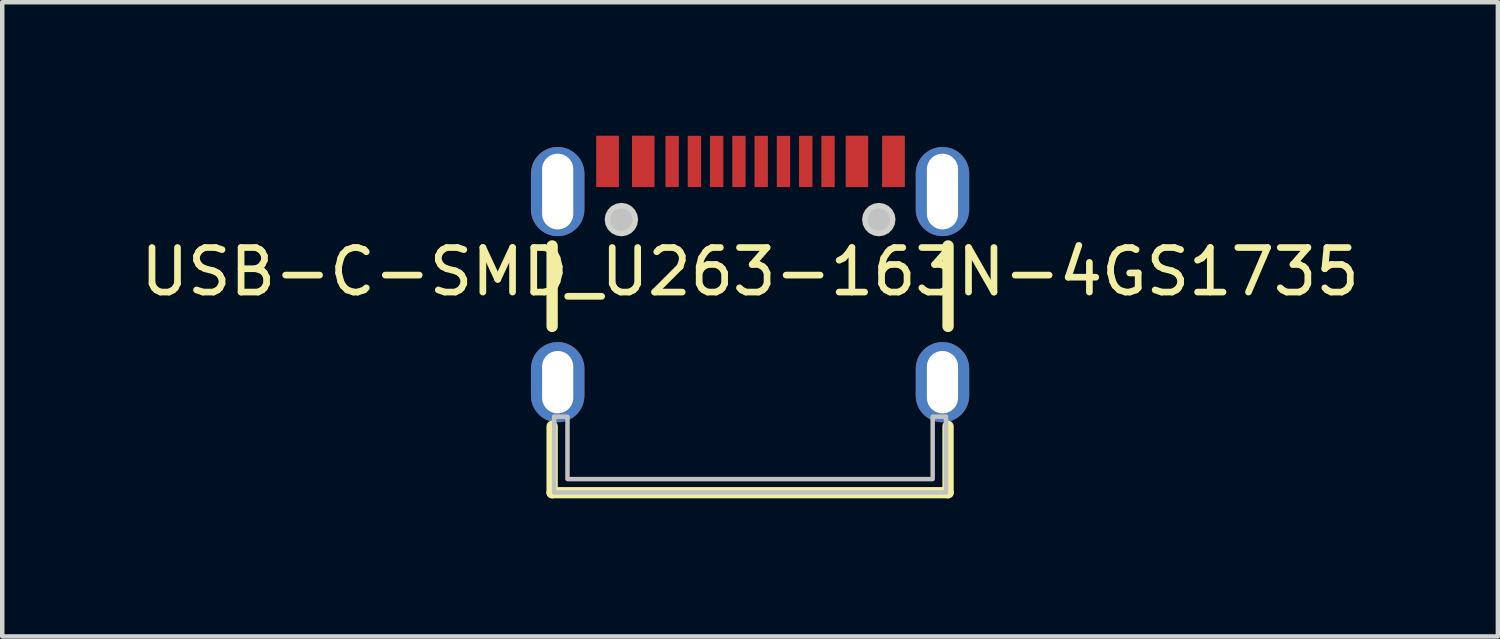
<source format=kicad_pcb>
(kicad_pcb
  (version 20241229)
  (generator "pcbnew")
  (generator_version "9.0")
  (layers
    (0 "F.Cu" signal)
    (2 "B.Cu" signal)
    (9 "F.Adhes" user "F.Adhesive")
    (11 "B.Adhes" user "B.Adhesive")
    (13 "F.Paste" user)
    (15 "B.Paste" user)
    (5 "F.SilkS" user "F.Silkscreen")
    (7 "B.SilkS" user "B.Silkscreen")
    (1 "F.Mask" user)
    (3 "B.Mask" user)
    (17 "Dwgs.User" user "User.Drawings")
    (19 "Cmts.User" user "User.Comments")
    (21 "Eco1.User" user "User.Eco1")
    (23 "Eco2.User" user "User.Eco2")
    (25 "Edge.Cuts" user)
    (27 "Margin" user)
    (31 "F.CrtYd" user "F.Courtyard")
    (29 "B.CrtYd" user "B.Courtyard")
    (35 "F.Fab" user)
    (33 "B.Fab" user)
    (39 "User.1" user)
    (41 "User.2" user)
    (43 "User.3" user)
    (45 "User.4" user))
  (footprint "USB-C-SMD_U263-163N-4GS1735"
    (layer "F.Cu")
    (at 13.792 3.053)
    (property "Reference" "USB-C-SMD_U263-163N-4GS1735" (at 0 0 0) (layer "F.SilkS") (effects (font (size 1 1) (thickness 0.15))))
    (fp_line (start -4.445 -0.581) (end -4.445 1.226) (stroke (width 0.254) (type default)) (layer "F.SilkS"))
    (fp_line (start -4.445 3.47) (end -4.445 4.96) (stroke (width 0.254) (type default)) (layer "F.SilkS"))
    (fp_line (start -4.445 4.96) (end 4.445 4.96) (stroke (width 0.254) (type default)) (layer "F.SilkS"))
    (fp_line (start 4.445 1.226) (end 4.445 -0.581) (stroke (width 0.254) (type default)) (layer "F.SilkS"))
    (fp_line (start 4.445 4.96) (end 4.445 3.47) (stroke (width 0.254) (type default)) (layer "F.SilkS"))
    (fp_poly (pts (xy -3.45 -3.053) (xy -2.95 -3.053) (xy -2.95 -1.903) (xy -3.45 -1.903)) (stroke (width 0) (type default)) (fill yes) (layer "F.Paste"))
    (fp_poly (pts (xy -2.65 -3.053) (xy -2.15 -3.053) (xy -2.15 -1.903) (xy -2.65 -1.903)) (stroke (width 0) (type default)) (fill yes) (layer "F.Paste"))
    (fp_poly (pts (xy -1.9 -3.053) (xy -1.6 -3.053) (xy -1.6 -1.903) (xy -1.9 -1.903)) (stroke (width 0) (type default)) (fill yes) (layer "F.Paste"))
    (fp_poly (pts (xy -1.4 -3.053) (xy -1.1 -3.053) (xy -1.1 -1.903) (xy -1.4 -1.903)) (stroke (width 0) (type default)) (fill yes) (layer "F.Paste"))
    (fp_poly (pts (xy -0.9 -3.053) (xy -0.6 -3.053) (xy -0.6 -1.903) (xy -0.9 -1.903)) (stroke (width 0) (type default)) (fill yes) (layer "F.Paste"))
    (fp_poly (pts (xy -0.4 -3.053) (xy -0.1 -3.053) (xy -0.1 -1.903) (xy -0.4 -1.903)) (stroke (width 0) (type default)) (fill yes) (layer "F.Paste"))
    (fp_poly (pts (xy 0.1 -3.053) (xy 0.4 -3.053) (xy 0.4 -1.903) (xy 0.1 -1.903)) (stroke (width 0) (type default)) (fill yes) (layer "F.Paste"))
    (fp_poly (pts (xy 0.6 -3.053) (xy 0.9 -3.053) (xy 0.9 -1.903) (xy 0.6 -1.903)) (stroke (width 0) (type default)) (fill yes) (layer "F.Paste"))
    (fp_poly (pts (xy 1.1 -3.053) (xy 1.4 -3.053) (xy 1.4 -1.903) (xy 1.1 -1.903)) (stroke (width 0) (type default)) (fill yes) (layer "F.Paste"))
    (fp_poly (pts (xy 1.6 -3.053) (xy 1.9 -3.053) (xy 1.9 -1.903) (xy 1.6 -1.903)) (stroke (width 0) (type default)) (fill yes) (layer "F.Paste"))
    (fp_poly (pts (xy 2.15 -3.053) (xy 2.65 -3.053) (xy 2.65 -1.903) (xy 2.15 -1.903)) (stroke (width 0) (type default)) (fill yes) (layer "F.Paste"))
    (fp_poly (pts (xy 2.969 -3.053) (xy 3.469 -3.053) (xy 3.469 -1.903) (xy 2.969 -1.903)) (stroke (width 0) (type default)) (fill yes) (layer "F.Paste"))
    (fp_poly (pts (xy -4.275 -2.801) (xy -4.305 -2.803) (xy -4.335 -2.803) (xy -4.365 -2.801) (xy -4.394 -2.798) (xy -4.424 -2.793) (xy -4.454 -2.788) (xy -4.482 -2.78) (xy -4.511 -2.771) (xy -4.539 -2.761) (xy -4.567 -2.749) (xy -4.594 -2.736) (xy -4.62 -2.722) (xy -4.646 -2.707) (xy -4.67 -2.689) (xy -4.694 -2.671) (xy -4.717 -2.652) (xy -4.739 -2.632) (xy -4.76 -2.611) (xy -4.779 -2.588) (xy -4.798 -2.564) (xy -4.816 -2.541) (xy -4.832 -2.515) (xy -4.847 -2.49) (xy -4.861 -2.463) (xy -4.873 -2.436) (xy -4.884 -2.408) (xy -4.894 -2.38) (xy -4.902 -2.35) (xy -4.908 -2.321) (xy -4.913 -2.292) (xy -4.917 -2.262) (xy -4.92 -2.232) (xy -4.92 -2.203) (xy -4.92 -1.403) (xy -4.92 -1.373) (xy -4.917 -1.343) (xy -4.913 -1.313) (xy -4.908 -1.284) (xy -4.902 -1.254) (xy -4.894 -1.226) (xy -4.884 -1.197) (xy -4.873 -1.169) (xy -4.861 -1.142) (xy -4.847 -1.115) (xy -4.832 -1.089) (xy -4.816 -1.065) (xy -4.798 -1.04) (xy -4.779 -1.017) (xy -4.76 -0.995) (xy -4.739 -0.973) (xy -4.717 -0.953) (xy -4.694 -0.933) (xy -4.67 -0.915) (xy -4.646 -0.898) (xy -4.62 -0.883) (xy -4.594 -0.869) (xy -4.567 -0.856) (xy -4.539 -0.844) (xy -4.511 -0.834) (xy -4.482 -0.825) (xy -4.454 -0.818) (xy -4.424 -0.811) (xy -4.394 -0.807) (xy -4.365 -0.804) (xy -4.335 -0.802) (xy -4.305 -0.802) (xy -4.275 -0.804) (xy -4.245 -0.807) (xy -4.216 -0.811) (xy -4.186 -0.818) (xy -4.157 -0.825) (xy -4.129 -0.834) (xy -4.101 -0.844) (xy -4.074 -0.856) (xy -4.046 -0.869) (xy -4.02 -0.883) (xy -3.994 -0.898) (xy -3.97 -0.915) (xy -3.946 -0.933) (xy -3.923 -0.953) (xy -3.901 -0.973) (xy -3.88 -0.995) (xy -3.861 -1.017) (xy -3.842 -1.04) (xy -3.825 -1.065) (xy -3.808 -1.089) (xy -3.793 -1.115) (xy -3.78 -1.142) (xy -3.767 -1.169) (xy -3.756 -1.197) (xy -3.747 -1.226) (xy -3.739 -1.254) (xy -3.732 -1.284) (xy -3.727 -1.313) (xy -3.723 -1.343) (xy -3.721 -1.373) (xy -3.72 -1.403) (xy -3.72 -2.203) (xy -3.721 -2.232) (xy -3.723 -2.262) (xy -3.727 -2.292) (xy -3.732 -2.321) (xy -3.739 -2.35) (xy -3.747 -2.38) (xy -3.756 -2.408) (xy -3.767 -2.436) (xy -3.78 -2.463) (xy -3.793 -2.49) (xy -3.808 -2.515) (xy -3.825 -2.541) (xy -3.842 -2.564) (xy -3.861 -2.588) (xy -3.88 -2.611) (xy -3.901 -2.632) (xy -3.923 -2.652) (xy -3.946 -2.671) (xy -3.97 -2.689) (xy -3.994 -2.707) (xy -4.02 -2.722) (xy -4.046 -2.736) (xy -4.074 -2.749) (xy -4.101 -2.761) (xy -4.129 -2.771) (xy -4.157 -2.78) (xy -4.186 -2.788) (xy -4.216 -2.793) (xy -4.245 -2.798)) (stroke (width 0) (type default)) (fill yes) (layer "F.Paste"))
    (fp_poly (pts (xy -4.275 1.579) (xy -4.305 1.577) (xy -4.335 1.577) (xy -4.365 1.579) (xy -4.394 1.582) (xy -4.424 1.587) (xy -4.454 1.593) (xy -4.482 1.6) (xy -4.511 1.609) (xy -4.539 1.619) (xy -4.567 1.631) (xy -4.594 1.643) (xy -4.62 1.658) (xy -4.646 1.673) (xy -4.67 1.69) (xy -4.694 1.708) (xy -4.717 1.728) (xy -4.739 1.748) (xy -4.76 1.77) (xy -4.779 1.792) (xy -4.798 1.815) (xy -4.816 1.839) (xy -4.832 1.865) (xy -4.847 1.891) (xy -4.861 1.917) (xy -4.873 1.944) (xy -4.884 1.972) (xy -4.894 2.001) (xy -4.902 2.03) (xy -4.908 2.058) (xy -4.913 2.088) (xy -4.917 2.118) (xy -4.92 2.147) (xy -4.92 2.178) (xy -4.92 2.777) (xy -4.92 2.808) (xy -4.917 2.837) (xy -4.913 2.867) (xy -4.908 2.897) (xy -4.902 2.925) (xy -4.894 2.954) (xy -4.884 2.983) (xy -4.873 3.01) (xy -4.861 3.038) (xy -4.847 3.064) (xy -4.832 3.091) (xy -4.816 3.115) (xy -4.798 3.14) (xy -4.779 3.163) (xy -4.76 3.186) (xy -4.739 3.207) (xy -4.717 3.228) (xy -4.694 3.247) (xy -4.67 3.264) (xy -4.646 3.281) (xy -4.62 3.297) (xy -4.594 3.312) (xy -4.567 3.325) (xy -4.539 3.336) (xy -4.511 3.346) (xy -4.482 3.355) (xy -4.454 3.362) (xy -4.424 3.369) (xy -4.394 3.373) (xy -4.365 3.376) (xy -4.335 3.377) (xy -4.305 3.377) (xy -4.275 3.376) (xy -4.245 3.373) (xy -4.216 3.369) (xy -4.186 3.362) (xy -4.157 3.355) (xy -4.129 3.346) (xy -4.101 3.336) (xy -4.074 3.325) (xy -4.046 3.312) (xy -4.02 3.297) (xy -3.994 3.281) (xy -3.97 3.264) (xy -3.946 3.247) (xy -3.923 3.228) (xy -3.901 3.207) (xy -3.88 3.186) (xy -3.861 3.163) (xy -3.842 3.14) (xy -3.825 3.115) (xy -3.808 3.091) (xy -3.793 3.064) (xy -3.78 3.038) (xy -3.767 3.01) (xy -3.756 2.983) (xy -3.747 2.954) (xy -3.739 2.925) (xy -3.732 2.897) (xy -3.727 2.867) (xy -3.723 2.837) (xy -3.721 2.808) (xy -3.72 2.777) (xy -3.72 2.178) (xy -3.721 2.147) (xy -3.723 2.118) (xy -3.727 2.088) (xy -3.732 2.058) (xy -3.739 2.03) (xy -3.747 2.001) (xy -3.756 1.972) (xy -3.767 1.944) (xy -3.78 1.917) (xy -3.793 1.891) (xy -3.808 1.865) (xy -3.825 1.839) (xy -3.842 1.815) (xy -3.861 1.792) (xy -3.88 1.77) (xy -3.901 1.748) (xy -3.923 1.728) (xy -3.946 1.708) (xy -3.97 1.69) (xy -3.994 1.673) (xy -4.02 1.658) (xy -4.046 1.643) (xy -4.074 1.631) (xy -4.101 1.619) (xy -4.129 1.609) (xy -4.157 1.6) (xy -4.186 1.593) (xy -4.216 1.587) (xy -4.245 1.582)) (stroke (width 0) (type default)) (fill yes) (layer "F.Paste"))
    (fp_poly (pts (xy 4.365 -2.801) (xy 4.335 -2.803) (xy 4.305 -2.803) (xy 4.275 -2.801) (xy 4.245 -2.798) (xy 4.216 -2.793) (xy 4.186 -2.788) (xy 4.157 -2.78) (xy 4.129 -2.771) (xy 4.101 -2.761) (xy 4.074 -2.749) (xy 4.046 -2.736) (xy 4.02 -2.722) (xy 3.994 -2.707) (xy 3.97 -2.689) (xy 3.946 -2.671) (xy 3.923 -2.652) (xy 3.901 -2.632) (xy 3.88 -2.611) (xy 3.861 -2.588) (xy 3.842 -2.564) (xy 3.825 -2.541) (xy 3.808 -2.515) (xy 3.793 -2.49) (xy 3.78 -2.463) (xy 3.767 -2.436) (xy 3.756 -2.408) (xy 3.747 -2.38) (xy 3.739 -2.35) (xy 3.732 -2.321) (xy 3.727 -2.292) (xy 3.723 -2.262) (xy 3.721 -2.232) (xy 3.72 -2.203) (xy 3.72 -1.403) (xy 3.721 -1.373) (xy 3.723 -1.343) (xy 3.727 -1.313) (xy 3.732 -1.284) (xy 3.739 -1.254) (xy 3.747 -1.226) (xy 3.756 -1.197) (xy 3.767 -1.169) (xy 3.78 -1.142) (xy 3.793 -1.115) (xy 3.808 -1.089) (xy 3.825 -1.065) (xy 3.842 -1.04) (xy 3.861 -1.017) (xy 3.88 -0.995) (xy 3.901 -0.973) (xy 3.923 -0.953) (xy 3.946 -0.933) (xy 3.97 -0.915) (xy 3.994 -0.898) (xy 4.02 -0.883) (xy 4.046 -0.869) (xy 4.074 -0.856) (xy 4.101 -0.844) (xy 4.129 -0.834) (xy 4.157 -0.825) (xy 4.186 -0.818) (xy 4.216 -0.811) (xy 4.245 -0.807) (xy 4.275 -0.804) (xy 4.305 -0.802) (xy 4.335 -0.802) (xy 4.365 -0.804) (xy 4.394 -0.807) (xy 4.424 -0.811) (xy 4.454 -0.818) (xy 4.482 -0.825) (xy 4.511 -0.834) (xy 4.539 -0.844) (xy 4.567 -0.856) (xy 4.594 -0.869) (xy 4.62 -0.883) (xy 4.646 -0.898) (xy 4.67 -0.915) (xy 4.694 -0.933) (xy 4.717 -0.953) (xy 4.739 -0.973) (xy 4.76 -0.995) (xy 4.779 -1.017) (xy 4.798 -1.04) (xy 4.816 -1.065) (xy 4.832 -1.089) (xy 4.847 -1.115) (xy 4.861 -1.142) (xy 4.873 -1.169) (xy 4.884 -1.197) (xy 4.894 -1.226) (xy 4.902 -1.254) (xy 4.908 -1.284) (xy 4.913 -1.313) (xy 4.917 -1.343) (xy 4.92 -1.373) (xy 4.92 -1.403) (xy 4.92 -2.203) (xy 4.92 -2.232) (xy 4.917 -2.262) (xy 4.913 -2.292) (xy 4.908 -2.321) (xy 4.902 -2.35) (xy 4.894 -2.38) (xy 4.884 -2.408) (xy 4.873 -2.436) (xy 4.861 -2.463) (xy 4.847 -2.49) (xy 4.832 -2.515) (xy 4.816 -2.541) (xy 4.798 -2.564) (xy 4.779 -2.588) (xy 4.76 -2.611) (xy 4.739 -2.632) (xy 4.717 -2.652) (xy 4.694 -2.671) (xy 4.67 -2.689) (xy 4.646 -2.707) (xy 4.62 -2.722) (xy 4.594 -2.736) (xy 4.567 -2.749) (xy 4.539 -2.761) (xy 4.511 -2.771) (xy 4.482 -2.78) (xy 4.454 -2.788) (xy 4.424 -2.793) (xy 4.394 -2.798)) (stroke (width 0) (type default)) (fill yes) (layer "F.Paste"))
    (fp_poly (pts (xy 4.365 1.579) (xy 4.335 1.577) (xy 4.305 1.577) (xy 4.275 1.579) (xy 4.245 1.582) (xy 4.216 1.587) (xy 4.186 1.593) (xy 4.157 1.6) (xy 4.129 1.609) (xy 4.101 1.619) (xy 4.074 1.631) (xy 4.046 1.643) (xy 4.02 1.658) (xy 3.994 1.673) (xy 3.97 1.69) (xy 3.946 1.708) (xy 3.923 1.728) (xy 3.901 1.748) (xy 3.88 1.77) (xy 3.861 1.792) (xy 3.842 1.815) (xy 3.825 1.839) (xy 3.808 1.865) (xy 3.793 1.891) (xy 3.78 1.917) (xy 3.767 1.944) (xy 3.756 1.972) (xy 3.747 2.001) (xy 3.739 2.03) (xy 3.732 2.058) (xy 3.727 2.088) (xy 3.723 2.118) (xy 3.721 2.147) (xy 3.72 2.178) (xy 3.72 2.777) (xy 3.721 2.808) (xy 3.723 2.837) (xy 3.727 2.867) (xy 3.732 2.897) (xy 3.739 2.925) (xy 3.747 2.954) (xy 3.756 2.983) (xy 3.767 3.01) (xy 3.78 3.038) (xy 3.793 3.064) (xy 3.808 3.091) (xy 3.825 3.115) (xy 3.842 3.14) (xy 3.861 3.163) (xy 3.88 3.186) (xy 3.901 3.207) (xy 3.923 3.228) (xy 3.946 3.247) (xy 3.97 3.264) (xy 3.994 3.281) (xy 4.02 3.297) (xy 4.046 3.312) (xy 4.074 3.325) (xy 4.101 3.336) (xy 4.129 3.346) (xy 4.157 3.355) (xy 4.186 3.362) (xy 4.216 3.369) (xy 4.245 3.373) (xy 4.275 3.376) (xy 4.305 3.377) (xy 4.335 3.377) (xy 4.365 3.376) (xy 4.394 3.373) (xy 4.424 3.369) (xy 4.454 3.362) (xy 4.482 3.355) (xy 4.511 3.346) (xy 4.539 3.336) (xy 4.567 3.325) (xy 4.594 3.312) (xy 4.62 3.297) (xy 4.646 3.281) (xy 4.67 3.264) (xy 4.694 3.247) (xy 4.717 3.228) (xy 4.739 3.207) (xy 4.76 3.186) (xy 4.779 3.163) (xy 4.798 3.14) (xy 4.816 3.115) (xy 4.832 3.091) (xy 4.847 3.064) (xy 4.861 3.038) (xy 4.873 3.01) (xy 4.884 2.983) (xy 4.894 2.954) (xy 4.902 2.925) (xy 4.908 2.897) (xy 4.913 2.867) (xy 4.917 2.837) (xy 4.92 2.808) (xy 4.92 2.777) (xy 4.92 2.178) (xy 4.92 2.147) (xy 4.917 2.118) (xy 4.913 2.088) (xy 4.908 2.058) (xy 4.902 2.03) (xy 4.894 2.001) (xy 4.884 1.972) (xy 4.873 1.944) (xy 4.861 1.917) (xy 4.847 1.891) (xy 4.832 1.865) (xy 4.816 1.839) (xy 4.798 1.815) (xy 4.779 1.792) (xy 4.76 1.77) (xy 4.739 1.748) (xy 4.717 1.728) (xy 4.694 1.708) (xy 4.67 1.69) (xy 4.646 1.673) (xy 4.62 1.658) (xy 4.594 1.643) (xy 4.567 1.631) (xy 4.539 1.619) (xy 4.511 1.609) (xy 4.482 1.6) (xy 4.454 1.593) (xy 4.424 1.587) (xy 4.394 1.582)) (stroke (width 0) (type default)) (fill yes) (layer "F.Paste"))
    (fp_circle (center -2.89 -1.173) (end -2.765 -1.173) (stroke (width 0.25) (type default)) (fill no) (layer "Dwgs.User"))
    (fp_circle (center 2.89 -1.173) (end 3.015 -1.173) (stroke (width 0.25) (type default)) (fill no) (layer "Dwgs.User"))
    (fp_poly (pts (xy -4.4 3.253) (xy -4.4 4.954) (xy 4.4 4.954) (xy 4.4 3.253) (xy 4.1 3.253) (xy 4.1 4.654) (xy -4.1 4.654) (xy -4.1 3.253)) (stroke (width 0.1) (type default)) (fill no) (layer "Dwgs.User"))
    (fp_poly (pts (xy -2.515 -1.173) (xy -2.533 -1.288) (xy -2.587 -1.393) (xy -2.67 -1.476) (xy -2.774 -1.529) (xy -2.89 -1.548) (xy -3.006 -1.529) (xy -3.11 -1.476) (xy -3.193 -1.393) (xy -3.247 -1.288) (xy -3.265 -1.173) (xy -3.247 -1.057) (xy -3.193 -0.952) (xy -3.11 -0.869) (xy -3.006 -0.816) (xy -2.89 -0.797) (xy -2.774 -0.816) (xy -2.67 -0.869) (xy -2.587 -0.952) (xy -2.533 -1.057)) (stroke (width 0) (type default)) (fill yes) (layer "Edge.Cuts"))
    (fp_poly (pts (xy 3.265 -1.173) (xy 3.247 -1.288) (xy 3.193 -1.393) (xy 3.11 -1.476) (xy 3.006 -1.529) (xy 2.89 -1.548) (xy 2.774 -1.529) (xy 2.67 -1.476) (xy 2.587 -1.393) (xy 2.533 -1.288) (xy 2.515 -1.173) (xy 2.533 -1.057) (xy 2.587 -0.952) (xy 2.67 -0.869) (xy 2.774 -0.816) (xy 2.89 -0.797) (xy 3.006 -0.816) (xy 3.11 -0.869) (xy 3.193 -0.952) (xy 3.247 -1.057)) (stroke (width 0) (type default)) (fill yes) (layer "Edge.Cuts"))
    (fp_poly (pts (xy -4.47 -2.353) (xy -4.17 -2.353) (xy -4.17 -1.252) (xy -4.47 -1.252)) (stroke (width 0.1) (type default)) (fill no) (layer "User.1"))
    (fp_poly (pts (xy -4.47 1.978) (xy -4.17 1.978) (xy -4.17 2.777) (xy -4.47 2.777)) (stroke (width 0.1) (type default)) (fill no) (layer "User.1"))
    (fp_poly (pts (xy -3.4 -2.713) (xy -3 -2.713) (xy -3 -2.114) (xy -3.4 -2.114)) (stroke (width 0.1) (type default)) (fill no) (layer "User.1"))
    (fp_poly (pts (xy -2.6 -2.713) (xy -2.2 -2.713) (xy -2.2 -2.114) (xy -2.6 -2.114)) (stroke (width 0.1) (type default)) (fill no) (layer "User.1"))
    (fp_poly (pts (xy -1.85 -2.713) (xy -1.65 -2.713) (xy -1.65 -2.114) (xy -1.85 -2.114)) (stroke (width 0.1) (type default)) (fill no) (layer "User.1"))
    (fp_poly (pts (xy -1.35 -2.713) (xy -1.15 -2.713) (xy -1.15 -2.114) (xy -1.35 -2.114)) (stroke (width 0.1) (type default)) (fill no) (layer "User.1"))
    (fp_poly (pts (xy -0.85 -2.713) (xy -0.65 -2.713) (xy -0.65 -2.114) (xy -0.85 -2.114)) (stroke (width 0.1) (type default)) (fill no) (layer "User.1"))
    (fp_poly (pts (xy -0.35 -2.713) (xy -0.15 -2.713) (xy -0.15 -2.114) (xy -0.35 -2.114)) (stroke (width 0.1) (type default)) (fill no) (layer "User.1"))
    (fp_poly (pts (xy 0.15 -2.713) (xy 0.35 -2.713) (xy 0.35 -2.114) (xy 0.15 -2.114)) (stroke (width 0.1) (type default)) (fill no) (layer "User.1"))
    (fp_poly (pts (xy 0.65 -2.713) (xy 0.85 -2.713) (xy 0.85 -2.114) (xy 0.65 -2.114)) (stroke (width 0.1) (type default)) (fill no) (layer "User.1"))
    (fp_poly (pts (xy 1.15 -2.713) (xy 1.35 -2.713) (xy 1.35 -2.114) (xy 1.15 -2.114)) (stroke (width 0.1) (type default)) (fill no) (layer "User.1"))
    (fp_poly (pts (xy 1.65 -2.713) (xy 1.85 -2.713) (xy 1.85 -2.114) (xy 1.65 -2.114)) (stroke (width 0.1) (type default)) (fill no) (layer "User.1"))
    (fp_poly (pts (xy 2.2 -2.713) (xy 2.6 -2.713) (xy 2.6 -2.114) (xy 2.2 -2.114)) (stroke (width 0.1) (type default)) (fill no) (layer "User.1"))
    (fp_poly (pts (xy 3.018 -2.713) (xy 3.418 -2.713) (xy 3.418 -2.114) (xy 3.018 -2.114)) (stroke (width 0.1) (type default)) (fill no) (layer "User.1"))
    (fp_poly (pts (xy 4.17 -2.353) (xy 4.47 -2.353) (xy 4.47 -1.252) (xy 4.17 -1.252)) (stroke (width 0.1) (type default)) (fill no) (layer "User.1"))
    (fp_poly (pts (xy 4.17 1.978) (xy 4.47 1.978) (xy 4.47 2.777) (xy 4.17 2.777)) (stroke (width 0.1) (type default)) (fill no) (layer "User.1"))
    (fp_line (start -4.57 -2.333) (end 4.37 -2.333) (stroke (width 0.051) (type default)) (layer "User.2"))
    (fp_line (start -4.57 5.077) (end -4.57 -2.333) (stroke (width 0.051) (type default)) (layer "User.2"))
    (fp_line (start 4.37 -2.333) (end 4.37 5.077) (stroke (width 0.051) (type default)) (layer "User.2"))
    (fp_line (start 4.37 5.077) (end -4.57 5.077) (stroke (width 0.051) (type default)) (layer "User.2"))
    (fp_poly (pts (xy -4.51 5.077) (xy -4.528 5.035) (xy -4.57 5.018) (xy -4.612 5.035) (xy -4.63 5.077) (xy -4.612 5.12) (xy -4.57 5.138) (xy -4.528 5.12)) (stroke (width 0.1) (type default)) (fill no) (layer "User.3"))
    (pad "A1" smd rect (at -3.2 -2.478) (size 0.5 1.15) (layers "F.Cu" "F.Mask" "F.Paste"))
    (pad "A4" smd rect (at -2.4 -2.478) (size 0.5 1.15) (layers "F.Cu" "F.Mask" "F.Paste"))
    (pad "A5" smd rect (at -1.25 -2.478) (size 0.3 1.15) (layers "F.Cu" "F.Mask" "F.Paste"))
    (pad "A6" smd rect (at -0.25 -2.478) (size 0.3 1.15) (layers "F.Cu" "F.Mask" "F.Paste"))
    (pad "A7" smd rect (at 0.25 -2.478) (size 0.3 1.15) (layers "F.Cu" "F.Mask" "F.Paste"))
    (pad "A8" smd rect (at 1.25 -2.478) (size 0.3 1.15) (layers "F.Cu" "F.Mask" "F.Paste"))
    (pad "A9" smd rect (at 2.4 -2.478) (size 0.5 1.15) (layers "F.Cu" "F.Mask" "F.Paste"))
    (pad "A12" smd rect (at 3.219 -2.478) (size 0.5 1.15) (layers "F.Cu" "F.Mask" "F.Paste"))
    (pad "B1" smd rect (at 3.219 -2.478) (size 0.5 1.15) (layers "F.Cu" "F.Mask" "F.Paste"))
    (pad "B4" smd rect (at 2.4 -2.478) (size 0.5 1.15) (layers "F.Cu" "F.Mask" "F.Paste"))
    (pad "B5" smd rect (at 1.75 -2.478) (size 0.3 1.15) (layers "F.Cu" "F.Mask" "F.Paste"))
    (pad "B6" smd rect (at 0.75 -2.478) (size 0.3 1.15) (layers "F.Cu" "F.Mask" "F.Paste"))
    (pad "B7" smd rect (at -0.75 -2.478) (size 0.3 1.15) (layers "F.Cu" "F.Mask" "F.Paste"))
    (pad "B8" smd rect (at -1.75 -2.478) (size 0.3 1.15) (layers "F.Cu" "F.Mask" "F.Paste"))
    (pad "B9" smd rect (at -2.4 -2.478) (size 0.5 1.15) (layers "F.Cu" "F.Mask" "F.Paste"))
    (pad "B12" smd rect (at -3.2 -2.478) (size 0.5 1.15) (layers "F.Cu" "F.Mask" "F.Paste"))
    (pad "SH1" thru_hole oval (at -4.32 -1.802) (size 1.2 2) (drill oval 0.7 1.7) (layers "*.Cu" "*.Mask"))
    (pad "SH1" thru_hole oval (at -4.32 2.478) (size 1.2 1.8) (drill oval 0.7 1.4) (layers "*.Cu" "*.Mask"))
    (pad "SH1" thru_hole oval (at 4.32 -1.802) (size 1.2 2) (drill oval 0.7 1.7) (layers "*.Cu" "*.Mask"))
    (pad "SH1" thru_hole oval (at 4.32 2.478) (size 1.2 1.8) (drill oval 0.7 1.4) (layers "*.Cu" "*.Mask")))
  (gr_rect
    (start -3 -3)
    (end 30.583 11.24)
    (stroke (width 0.1) (type default))
    (fill no)
    (layer "Edge.Cuts")))
</source>
